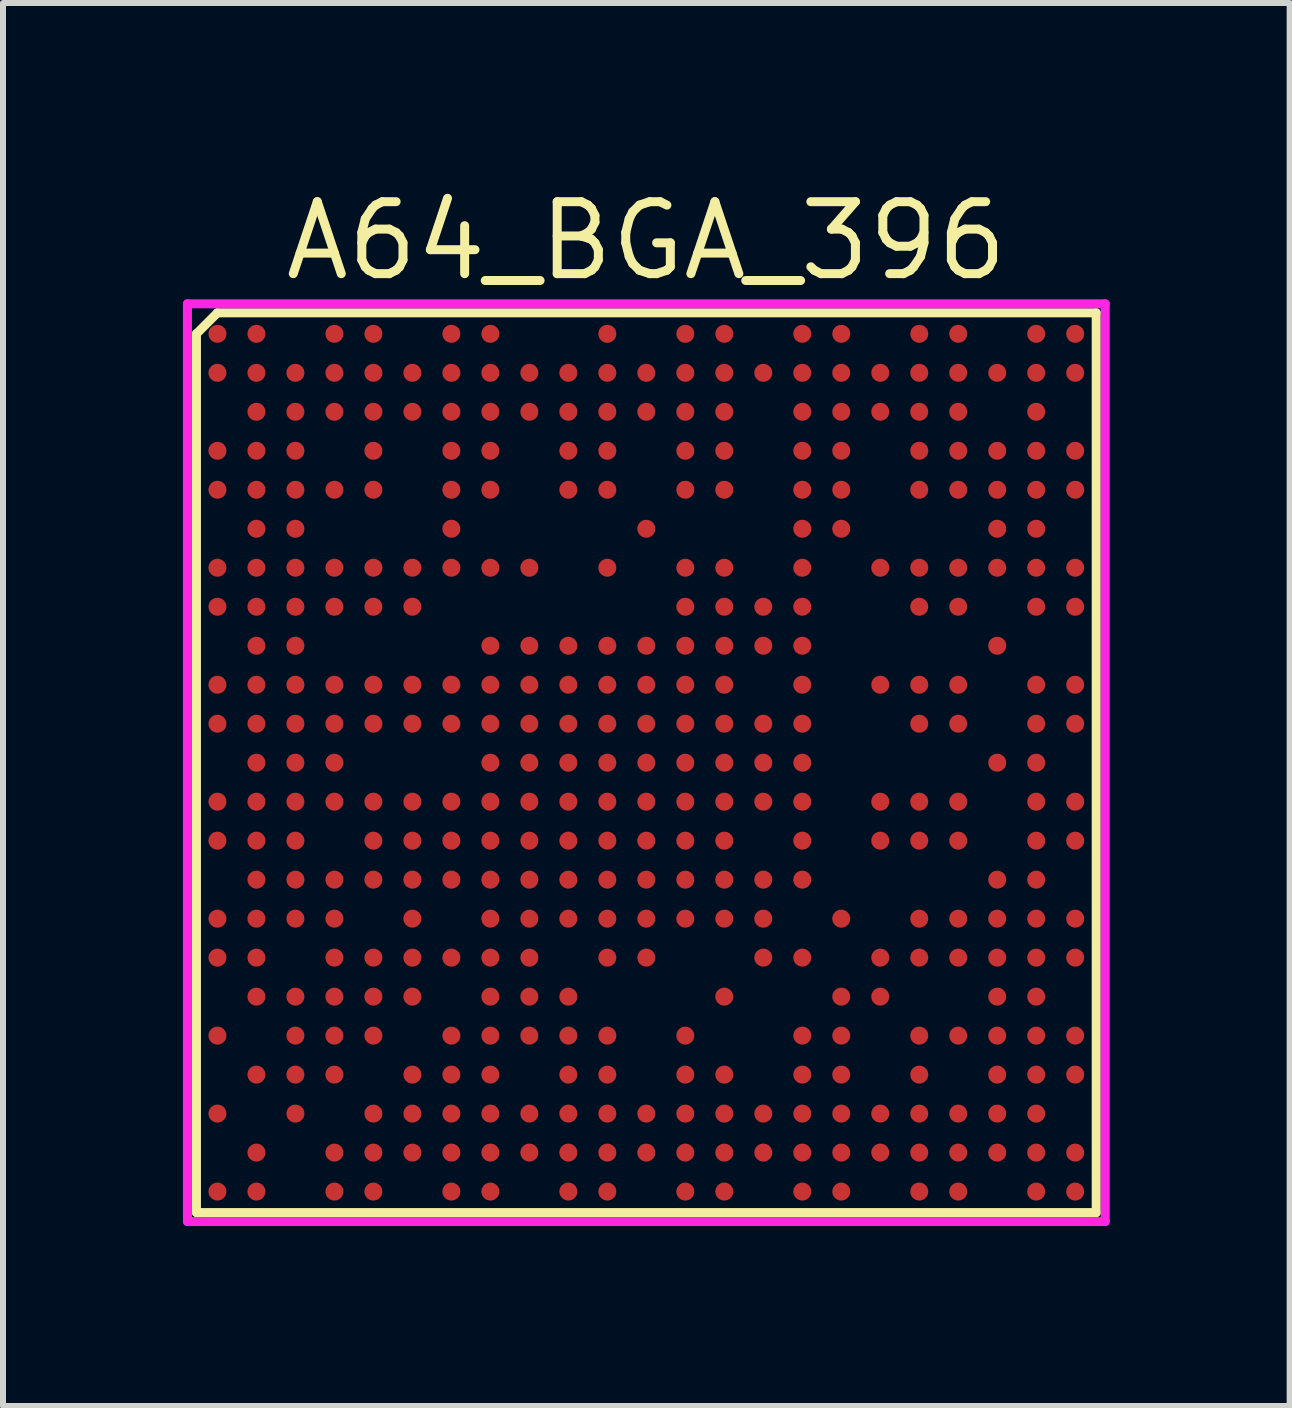
<source format=kicad_pcb>
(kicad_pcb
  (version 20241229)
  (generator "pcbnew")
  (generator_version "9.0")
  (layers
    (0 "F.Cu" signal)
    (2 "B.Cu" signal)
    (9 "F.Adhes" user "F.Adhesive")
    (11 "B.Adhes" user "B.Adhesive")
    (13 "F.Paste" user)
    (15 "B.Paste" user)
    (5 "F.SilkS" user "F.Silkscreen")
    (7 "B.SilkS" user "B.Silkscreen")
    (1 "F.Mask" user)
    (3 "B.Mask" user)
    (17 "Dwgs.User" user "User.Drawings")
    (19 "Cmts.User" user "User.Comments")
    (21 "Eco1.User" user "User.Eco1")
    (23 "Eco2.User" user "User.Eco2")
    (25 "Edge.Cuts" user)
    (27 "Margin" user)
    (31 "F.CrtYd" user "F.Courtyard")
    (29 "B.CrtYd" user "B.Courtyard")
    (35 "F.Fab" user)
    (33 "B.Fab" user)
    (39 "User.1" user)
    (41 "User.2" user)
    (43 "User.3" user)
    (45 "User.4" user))
  (footprint "A64_BGA_396"
    (layer "F.Cu")
    (at 7.725 9.665)
    (property "Reference" "A64_BGA_396" (at 0 -8.7 0) (layer "F.SilkS") (effects (font (size 1.2 1.2) (thickness 0.15))))
    (attr through_hole)
    (fp_line (start -7.5 -7.15) (end -7.5 7.5) (stroke (width 0.15) (type solid)) (layer "F.SilkS"))
    (fp_line (start -7.5 7.5) (end 7.5 7.5) (stroke (width 0.15) (type solid)) (layer "F.SilkS"))
    (fp_line (start -7.15 -7.5) (end -7.5 -7.15) (stroke (width 0.15) (type solid)) (layer "F.SilkS"))
    (fp_line (start 7.5 -7.5) (end -7.15 -7.5) (stroke (width 0.15) (type solid)) (layer "F.SilkS"))
    (fp_line (start 7.5 7.5) (end 7.5 -7.5) (stroke (width 0.15) (type solid)) (layer "F.SilkS"))
    (fp_line (start -7.65 -7.65) (end 7.65 -7.65) (stroke (width 0.15) (type solid)) (layer "F.CrtYd"))
    (fp_line (start -7.65 7.65) (end -7.65 -7.65) (stroke (width 0.15) (type solid)) (layer "F.CrtYd"))
    (fp_line (start 7.65 -7.65) (end 7.65 7.65) (stroke (width 0.15) (type solid)) (layer "F.CrtYd"))
    (fp_line (start 7.65 7.65) (end -7.65 7.65) (stroke (width 0.15) (type solid)) (layer "F.CrtYd"))
    (pad "A1" smd circle (at -7.15 -7.15) (size 0.3 0.3) (layers "F.Cu" "F.Mask" "F.Paste"))
    (pad "A2" smd circle (at -6.5 -7.15) (size 0.3 0.3) (layers "F.Cu" "F.Mask" "F.Paste"))
    (pad "A4" smd circle (at -5.2 -7.15) (size 0.3 0.3) (layers "F.Cu" "F.Mask" "F.Paste"))
    (pad "A5" smd circle (at -4.55 -7.15) (size 0.3 0.3) (layers "F.Cu" "F.Mask" "F.Paste"))
    (pad "A7" smd circle (at -3.25 -7.15) (size 0.3 0.3) (layers "F.Cu" "F.Mask" "F.Paste"))
    (pad "A8" smd circle (at -2.6 -7.15) (size 0.3 0.3) (layers "F.Cu" "F.Mask" "F.Paste"))
    (pad "A11" smd circle (at -0.65 -7.15) (size 0.3 0.3) (layers "F.Cu" "F.Mask" "F.Paste"))
    (pad "A13" smd circle (at 0.65 -7.15) (size 0.3 0.3) (layers "F.Cu" "F.Mask" "F.Paste"))
    (pad "A14" smd circle (at 1.3 -7.15) (size 0.3 0.3) (layers "F.Cu" "F.Mask" "F.Paste"))
    (pad "A16" smd circle (at 2.6 -7.15) (size 0.3 0.3) (layers "F.Cu" "F.Mask" "F.Paste"))
    (pad "A17" smd circle (at 3.25 -7.15) (size 0.3 0.3) (layers "F.Cu" "F.Mask" "F.Paste"))
    (pad "A19" smd circle (at 4.55 -7.15) (size 0.3 0.3) (layers "F.Cu" "F.Mask" "F.Paste"))
    (pad "A20" smd circle (at 5.2 -7.15) (size 0.3 0.3) (layers "F.Cu" "F.Mask" "F.Paste"))
    (pad "A22" smd circle (at 6.5 -7.15) (size 0.3 0.3) (layers "F.Cu" "F.Mask" "F.Paste"))
    (pad "A23" smd circle (at 7.15 -7.15) (size 0.3 0.3) (layers "F.Cu" "F.Mask" "F.Paste"))
    (pad "AA1" smd circle (at -7.15 5.85) (size 0.3 0.3) (layers "F.Cu" "F.Mask" "F.Paste"))
    (pad "AA3" smd circle (at -5.85 5.85) (size 0.3 0.3) (layers "F.Cu" "F.Mask" "F.Paste"))
    (pad "AA5" smd circle (at -4.55 5.85) (size 0.3 0.3) (layers "F.Cu" "F.Mask" "F.Paste"))
    (pad "AA6" smd circle (at -3.9 5.85) (size 0.3 0.3) (layers "F.Cu" "F.Mask" "F.Paste"))
    (pad "AA7" smd circle (at -3.25 5.85) (size 0.3 0.3) (layers "F.Cu" "F.Mask" "F.Paste"))
    (pad "AA8" smd circle (at -2.6 5.85) (size 0.3 0.3) (layers "F.Cu" "F.Mask" "F.Paste"))
    (pad "AA9" smd circle (at -1.95 5.85) (size 0.3 0.3) (layers "F.Cu" "F.Mask" "F.Paste"))
    (pad "AA10" smd circle (at -1.3 5.85) (size 0.3 0.3) (layers "F.Cu" "F.Mask" "F.Paste"))
    (pad "AA11" smd circle (at -0.65 5.85) (size 0.3 0.3) (layers "F.Cu" "F.Mask" "F.Paste"))
    (pad "AA12" smd circle (at 0 5.85) (size 0.3 0.3) (layers "F.Cu" "F.Mask" "F.Paste"))
    (pad "AA13" smd circle (at 0.65 5.85) (size 0.3 0.3) (layers "F.Cu" "F.Mask" "F.Paste"))
    (pad "AA14" smd circle (at 1.3 5.85) (size 0.3 0.3) (layers "F.Cu" "F.Mask" "F.Paste"))
    (pad "AA15" smd circle (at 1.95 5.85) (size 0.3 0.3) (layers "F.Cu" "F.Mask" "F.Paste"))
    (pad "AA16" smd circle (at 2.6 5.85) (size 0.3 0.3) (layers "F.Cu" "F.Mask" "F.Paste"))
    (pad "AA17" smd circle (at 3.25 5.85) (size 0.3 0.3) (layers "F.Cu" "F.Mask" "F.Paste"))
    (pad "AA18" smd circle (at 3.9 5.85) (size 0.3 0.3) (layers "F.Cu" "F.Mask" "F.Paste"))
    (pad "AA19" smd circle (at 4.55 5.85) (size 0.3 0.3) (layers "F.Cu" "F.Mask" "F.Paste"))
    (pad "AA20" smd circle (at 5.2 5.85) (size 0.3 0.3) (layers "F.Cu" "F.Mask" "F.Paste"))
    (pad "AA21" smd circle (at 5.85 5.85) (size 0.3 0.3) (layers "F.Cu" "F.Mask" "F.Paste"))
    (pad "AA22" smd circle (at 6.5 5.85) (size 0.3 0.3) (layers "F.Cu" "F.Mask" "F.Paste"))
    (pad "AB2" smd circle (at -6.5 6.5) (size 0.3 0.3) (layers "F.Cu" "F.Mask" "F.Paste"))
    (pad "AB4" smd circle (at -5.2 6.5) (size 0.3 0.3) (layers "F.Cu" "F.Mask" "F.Paste"))
    (pad "AB5" smd circle (at -4.55 6.5) (size 0.3 0.3) (layers "F.Cu" "F.Mask" "F.Paste"))
    (pad "AB6" smd circle (at -3.9 6.5) (size 0.3 0.3) (layers "F.Cu" "F.Mask" "F.Paste"))
    (pad "AB7" smd circle (at -3.25 6.5) (size 0.3 0.3) (layers "F.Cu" "F.Mask" "F.Paste"))
    (pad "AB8" smd circle (at -2.6 6.5) (size 0.3 0.3) (layers "F.Cu" "F.Mask" "F.Paste"))
    (pad "AB9" smd circle (at -1.95 6.5) (size 0.3 0.3) (layers "F.Cu" "F.Mask" "F.Paste"))
    (pad "AB10" smd circle (at -1.3 6.5) (size 0.3 0.3) (layers "F.Cu" "F.Mask" "F.Paste"))
    (pad "AB11" smd circle (at -0.65 6.5) (size 0.3 0.3) (layers "F.Cu" "F.Mask" "F.Paste"))
    (pad "AB12" smd circle (at 0 6.5) (size 0.3 0.3) (layers "F.Cu" "F.Mask" "F.Paste"))
    (pad "AB13" smd circle (at 0.65 6.5) (size 0.3 0.3) (layers "F.Cu" "F.Mask" "F.Paste"))
    (pad "AB14" smd circle (at 1.3 6.5) (size 0.3 0.3) (layers "F.Cu" "F.Mask" "F.Paste"))
    (pad "AB15" smd circle (at 1.95 6.5) (size 0.3 0.3) (layers "F.Cu" "F.Mask" "F.Paste"))
    (pad "AB16" smd circle (at 2.6 6.5) (size 0.3 0.3) (layers "F.Cu" "F.Mask" "F.Paste"))
    (pad "AB17" smd circle (at 3.25 6.5) (size 0.3 0.3) (layers "F.Cu" "F.Mask" "F.Paste"))
    (pad "AB18" smd circle (at 3.9 6.5) (size 0.3 0.3) (layers "F.Cu" "F.Mask" "F.Paste"))
    (pad "AB19" smd circle (at 4.55 6.5) (size 0.3 0.3) (layers "F.Cu" "F.Mask" "F.Paste"))
    (pad "AB20" smd circle (at 5.2 6.5) (size 0.3 0.3) (layers "F.Cu" "F.Mask" "F.Paste"))
    (pad "AB21" smd circle (at 5.85 6.5) (size 0.3 0.3) (layers "F.Cu" "F.Mask" "F.Paste"))
    (pad "AB22" smd circle (at 6.5 6.5) (size 0.3 0.3) (layers "F.Cu" "F.Mask" "F.Paste"))
    (pad "AB23" smd circle (at 7.15 6.5) (size 0.3 0.3) (layers "F.Cu" "F.Mask" "F.Paste"))
    (pad "AC1" smd circle (at -7.15 7.15) (size 0.3 0.3) (layers "F.Cu" "F.Mask" "F.Paste"))
    (pad "AC2" smd circle (at -6.5 7.15) (size 0.3 0.3) (layers "F.Cu" "F.Mask" "F.Paste"))
    (pad "AC4" smd circle (at -5.2 7.15) (size 0.3 0.3) (layers "F.Cu" "F.Mask" "F.Paste"))
    (pad "AC5" smd circle (at -4.55 7.15) (size 0.3 0.3) (layers "F.Cu" "F.Mask" "F.Paste"))
    (pad "AC7" smd circle (at -3.25 7.15) (size 0.3 0.3) (layers "F.Cu" "F.Mask" "F.Paste"))
    (pad "AC8" smd circle (at -2.6 7.15) (size 0.3 0.3) (layers "F.Cu" "F.Mask" "F.Paste"))
    (pad "AC10" smd circle (at -1.3 7.15) (size 0.3 0.3) (layers "F.Cu" "F.Mask" "F.Paste"))
    (pad "AC11" smd circle (at -0.65 7.15) (size 0.3 0.3) (layers "F.Cu" "F.Mask" "F.Paste"))
    (pad "AC13" smd circle (at 0.65 7.15) (size 0.3 0.3) (layers "F.Cu" "F.Mask" "F.Paste"))
    (pad "AC14" smd circle (at 1.3 7.15) (size 0.3 0.3) (layers "F.Cu" "F.Mask" "F.Paste"))
    (pad "AC16" smd circle (at 2.6 7.15) (size 0.3 0.3) (layers "F.Cu" "F.Mask" "F.Paste"))
    (pad "AC17" smd circle (at 3.25 7.15) (size 0.3 0.3) (layers "F.Cu" "F.Mask" "F.Paste"))
    (pad "AC19" smd circle (at 4.55 7.15) (size 0.3 0.3) (layers "F.Cu" "F.Mask" "F.Paste"))
    (pad "AC20" smd circle (at 5.2 7.15) (size 0.3 0.3) (layers "F.Cu" "F.Mask" "F.Paste"))
    (pad "AC22" smd circle (at 6.5 7.15) (size 0.3 0.3) (layers "F.Cu" "F.Mask" "F.Paste"))
    (pad "AC23" smd circle (at 7.15 7.15) (size 0.3 0.3) (layers "F.Cu" "F.Mask" "F.Paste"))
    (pad "B1" smd circle (at -7.15 -6.5) (size 0.3 0.3) (layers "F.Cu" "F.Mask" "F.Paste"))
    (pad "B2" smd circle (at -6.5 -6.5) (size 0.3 0.3) (layers "F.Cu" "F.Mask" "F.Paste"))
    (pad "B3" smd circle (at -5.85 -6.5) (size 0.3 0.3) (layers "F.Cu" "F.Mask" "F.Paste"))
    (pad "B4" smd circle (at -5.2 -6.5) (size 0.3 0.3) (layers "F.Cu" "F.Mask" "F.Paste"))
    (pad "B5" smd circle (at -4.55 -6.5) (size 0.3 0.3) (layers "F.Cu" "F.Mask" "F.Paste"))
    (pad "B6" smd circle (at -3.9 -6.5) (size 0.3 0.3) (layers "F.Cu" "F.Mask" "F.Paste"))
    (pad "B7" smd circle (at -3.25 -6.5) (size 0.3 0.3) (layers "F.Cu" "F.Mask" "F.Paste"))
    (pad "B8" smd circle (at -2.6 -6.5) (size 0.3 0.3) (layers "F.Cu" "F.Mask" "F.Paste"))
    (pad "B9" smd circle (at -1.95 -6.5) (size 0.3 0.3) (layers "F.Cu" "F.Mask" "F.Paste"))
    (pad "B10" smd circle (at -1.3 -6.5) (size 0.3 0.3) (layers "F.Cu" "F.Mask" "F.Paste"))
    (pad "B11" smd circle (at -0.65 -6.5) (size 0.3 0.3) (layers "F.Cu" "F.Mask" "F.Paste"))
    (pad "B12" smd circle (at 0 -6.5) (size 0.3 0.3) (layers "F.Cu" "F.Mask" "F.Paste"))
    (pad "B13" smd circle (at 0.65 -6.5) (size 0.3 0.3) (layers "F.Cu" "F.Mask" "F.Paste"))
    (pad "B14" smd circle (at 1.3 -6.5) (size 0.3 0.3) (layers "F.Cu" "F.Mask" "F.Paste"))
    (pad "B15" smd circle (at 1.95 -6.5) (size 0.3 0.3) (layers "F.Cu" "F.Mask" "F.Paste"))
    (pad "B16" smd circle (at 2.6 -6.5) (size 0.3 0.3) (layers "F.Cu" "F.Mask" "F.Paste"))
    (pad "B17" smd circle (at 3.25 -6.5) (size 0.3 0.3) (layers "F.Cu" "F.Mask" "F.Paste"))
    (pad "B18" smd circle (at 3.9 -6.5) (size 0.3 0.3) (layers "F.Cu" "F.Mask" "F.Paste"))
    (pad "B19" smd circle (at 4.55 -6.5) (size 0.3 0.3) (layers "F.Cu" "F.Mask" "F.Paste"))
    (pad "B20" smd circle (at 5.2 -6.5) (size 0.3 0.3) (layers "F.Cu" "F.Mask" "F.Paste"))
    (pad "B21" smd circle (at 5.85 -6.5) (size 0.3 0.3) (layers "F.Cu" "F.Mask" "F.Paste"))
    (pad "B22" smd circle (at 6.5 -6.5) (size 0.3 0.3) (layers "F.Cu" "F.Mask" "F.Paste"))
    (pad "B23" smd circle (at 7.15 -6.5) (size 0.3 0.3) (layers "F.Cu" "F.Mask" "F.Paste"))
    (pad "C2" smd circle (at -6.5 -5.85) (size 0.3 0.3) (layers "F.Cu" "F.Mask" "F.Paste"))
    (pad "C3" smd circle (at -5.85 -5.85) (size 0.3 0.3) (layers "F.Cu" "F.Mask" "F.Paste"))
    (pad "C4" smd circle (at -5.2 -5.85) (size 0.3 0.3) (layers "F.Cu" "F.Mask" "F.Paste"))
    (pad "C5" smd circle (at -4.55 -5.85) (size 0.3 0.3) (layers "F.Cu" "F.Mask" "F.Paste"))
    (pad "C6" smd circle (at -3.9 -5.85) (size 0.3 0.3) (layers "F.Cu" "F.Mask" "F.Paste"))
    (pad "C7" smd circle (at -3.25 -5.85) (size 0.3 0.3) (layers "F.Cu" "F.Mask" "F.Paste"))
    (pad "C8" smd circle (at -2.6 -5.85) (size 0.3 0.3) (layers "F.Cu" "F.Mask" "F.Paste"))
    (pad "C9" smd circle (at -1.95 -5.85) (size 0.3 0.3) (layers "F.Cu" "F.Mask" "F.Paste"))
    (pad "C10" smd circle (at -1.3 -5.85) (size 0.3 0.3) (layers "F.Cu" "F.Mask" "F.Paste"))
    (pad "C11" smd circle (at -0.65 -5.85) (size 0.3 0.3) (layers "F.Cu" "F.Mask" "F.Paste"))
    (pad "C12" smd circle (at 0 -5.85) (size 0.3 0.3) (layers "F.Cu" "F.Mask" "F.Paste"))
    (pad "C13" smd circle (at 0.65 -5.85) (size 0.3 0.3) (layers "F.Cu" "F.Mask" "F.Paste"))
    (pad "C14" smd circle (at 1.3 -5.85) (size 0.3 0.3) (layers "F.Cu" "F.Mask" "F.Paste"))
    (pad "C16" smd circle (at 2.6 -5.85) (size 0.3 0.3) (layers "F.Cu" "F.Mask" "F.Paste"))
    (pad "C17" smd circle (at 3.25 -5.85) (size 0.3 0.3) (layers "F.Cu" "F.Mask" "F.Paste"))
    (pad "C18" smd circle (at 3.9 -5.85) (size 0.3 0.3) (layers "F.Cu" "F.Mask" "F.Paste"))
    (pad "C19" smd circle (at 4.55 -5.85) (size 0.3 0.3) (layers "F.Cu" "F.Mask" "F.Paste"))
    (pad "C20" smd circle (at 5.2 -5.85) (size 0.3 0.3) (layers "F.Cu" "F.Mask" "F.Paste"))
    (pad "C22" smd circle (at 6.5 -5.85) (size 0.3 0.3) (layers "F.Cu" "F.Mask" "F.Paste"))
    (pad "D1" smd circle (at -7.15 -5.2) (size 0.3 0.3) (layers "F.Cu" "F.Mask" "F.Paste"))
    (pad "D2" smd circle (at -6.5 -5.2) (size 0.3 0.3) (layers "F.Cu" "F.Mask" "F.Paste"))
    (pad "D3" smd circle (at -5.85 -5.2) (size 0.3 0.3) (layers "F.Cu" "F.Mask" "F.Paste"))
    (pad "D5" smd circle (at -4.55 -5.2) (size 0.3 0.3) (layers "F.Cu" "F.Mask" "F.Paste"))
    (pad "D7" smd circle (at -3.25 -5.2) (size 0.3 0.3) (layers "F.Cu" "F.Mask" "F.Paste"))
    (pad "D8" smd circle (at -2.6 -5.2) (size 0.3 0.3) (layers "F.Cu" "F.Mask" "F.Paste"))
    (pad "D10" smd circle (at -1.3 -5.2) (size 0.3 0.3) (layers "F.Cu" "F.Mask" "F.Paste"))
    (pad "D11" smd circle (at -0.65 -5.2) (size 0.3 0.3) (layers "F.Cu" "F.Mask" "F.Paste"))
    (pad "D13" smd circle (at 0.65 -5.2) (size 0.3 0.3) (layers "F.Cu" "F.Mask" "F.Paste"))
    (pad "D14" smd circle (at 1.3 -5.2) (size 0.3 0.3) (layers "F.Cu" "F.Mask" "F.Paste"))
    (pad "D16" smd circle (at 2.6 -5.2) (size 0.3 0.3) (layers "F.Cu" "F.Mask" "F.Paste"))
    (pad "D17" smd circle (at 3.25 -5.2) (size 0.3 0.3) (layers "F.Cu" "F.Mask" "F.Paste"))
    (pad "D19" smd circle (at 4.55 -5.2) (size 0.3 0.3) (layers "F.Cu" "F.Mask" "F.Paste"))
    (pad "D20" smd circle (at 5.2 -5.2) (size 0.3 0.3) (layers "F.Cu" "F.Mask" "F.Paste"))
    (pad "D21" smd circle (at 5.85 -5.2) (size 0.3 0.3) (layers "F.Cu" "F.Mask" "F.Paste"))
    (pad "D22" smd circle (at 6.5 -5.2) (size 0.3 0.3) (layers "F.Cu" "F.Mask" "F.Paste"))
    (pad "D23" smd circle (at 7.15 -5.2) (size 0.3 0.3) (layers "F.Cu" "F.Mask" "F.Paste"))
    (pad "E1" smd circle (at -7.15 -4.55) (size 0.3 0.3) (layers "F.Cu" "F.Mask" "F.Paste"))
    (pad "E2" smd circle (at -6.5 -4.55) (size 0.3 0.3) (layers "F.Cu" "F.Mask" "F.Paste"))
    (pad "E3" smd circle (at -5.85 -4.55) (size 0.3 0.3) (layers "F.Cu" "F.Mask" "F.Paste"))
    (pad "E4" smd circle (at -5.2 -4.55) (size 0.3 0.3) (layers "F.Cu" "F.Mask" "F.Paste"))
    (pad "E5" smd circle (at -4.55 -4.55) (size 0.3 0.3) (layers "F.Cu" "F.Mask" "F.Paste"))
    (pad "E7" smd circle (at -3.25 -4.55) (size 0.3 0.3) (layers "F.Cu" "F.Mask" "F.Paste"))
    (pad "E8" smd circle (at -2.6 -4.55) (size 0.3 0.3) (layers "F.Cu" "F.Mask" "F.Paste"))
    (pad "E10" smd circle (at -1.3 -4.55) (size 0.3 0.3) (layers "F.Cu" "F.Mask" "F.Paste"))
    (pad "E11" smd circle (at -0.65 -4.55) (size 0.3 0.3) (layers "F.Cu" "F.Mask" "F.Paste"))
    (pad "E13" smd circle (at 0.65 -4.55) (size 0.3 0.3) (layers "F.Cu" "F.Mask" "F.Paste"))
    (pad "E14" smd circle (at 1.3 -4.55) (size 0.3 0.3) (layers "F.Cu" "F.Mask" "F.Paste"))
    (pad "E16" smd circle (at 2.6 -4.55) (size 0.3 0.3) (layers "F.Cu" "F.Mask" "F.Paste"))
    (pad "E17" smd circle (at 3.25 -4.55) (size 0.3 0.3) (layers "F.Cu" "F.Mask" "F.Paste"))
    (pad "E19" smd circle (at 4.55 -4.55) (size 0.3 0.3) (layers "F.Cu" "F.Mask" "F.Paste"))
    (pad "E20" smd circle (at 5.2 -4.55) (size 0.3 0.3) (layers "F.Cu" "F.Mask" "F.Paste"))
    (pad "E21" smd circle (at 5.85 -4.55) (size 0.3 0.3) (layers "F.Cu" "F.Mask" "F.Paste"))
    (pad "E22" smd circle (at 6.5 -4.55) (size 0.3 0.3) (layers "F.Cu" "F.Mask" "F.Paste"))
    (pad "E23" smd circle (at 7.15 -4.55) (size 0.3 0.3) (layers "F.Cu" "F.Mask" "F.Paste"))
    (pad "F2" smd circle (at -6.5 -3.9) (size 0.3 0.3) (layers "F.Cu" "F.Mask" "F.Paste"))
    (pad "F3" smd circle (at -5.85 -3.9) (size 0.3 0.3) (layers "F.Cu" "F.Mask" "F.Paste"))
    (pad "F7" smd circle (at -3.25 -3.9) (size 0.3 0.3) (layers "F.Cu" "F.Mask" "F.Paste"))
    (pad "F12" smd circle (at 0 -3.9) (size 0.3 0.3) (layers "F.Cu" "F.Mask" "F.Paste"))
    (pad "F16" smd circle (at 2.6 -3.9) (size 0.3 0.3) (layers "F.Cu" "F.Mask" "F.Paste"))
    (pad "F17" smd circle (at 3.25 -3.9) (size 0.3 0.3) (layers "F.Cu" "F.Mask" "F.Paste"))
    (pad "F21" smd circle (at 5.85 -3.9) (size 0.3 0.3) (layers "F.Cu" "F.Mask" "F.Paste"))
    (pad "F22" smd circle (at 6.5 -3.9) (size 0.3 0.3) (layers "F.Cu" "F.Mask" "F.Paste"))
    (pad "G1" smd circle (at -7.15 -3.25) (size 0.3 0.3) (layers "F.Cu" "F.Mask" "F.Paste"))
    (pad "G2" smd circle (at -6.5 -3.25) (size 0.3 0.3) (layers "F.Cu" "F.Mask" "F.Paste"))
    (pad "G3" smd circle (at -5.85 -3.25) (size 0.3 0.3) (layers "F.Cu" "F.Mask" "F.Paste"))
    (pad "G4" smd circle (at -5.2 -3.25) (size 0.3 0.3) (layers "F.Cu" "F.Mask" "F.Paste"))
    (pad "G5" smd circle (at -4.55 -3.25) (size 0.3 0.3) (layers "F.Cu" "F.Mask" "F.Paste"))
    (pad "G6" smd circle (at -3.9 -3.25) (size 0.3 0.3) (layers "F.Cu" "F.Mask" "F.Paste"))
    (pad "G7" smd circle (at -3.25 -3.25) (size 0.3 0.3) (layers "F.Cu" "F.Mask" "F.Paste"))
    (pad "G8" smd circle (at -2.6 -3.25) (size 0.3 0.3) (layers "F.Cu" "F.Mask" "F.Paste"))
    (pad "G9" smd circle (at -1.95 -3.25) (size 0.3 0.3) (layers "F.Cu" "F.Mask" "F.Paste"))
    (pad "G11" smd circle (at -0.65 -3.25) (size 0.3 0.3) (layers "F.Cu" "F.Mask" "F.Paste"))
    (pad "G13" smd circle (at 0.65 -3.25) (size 0.3 0.3) (layers "F.Cu" "F.Mask" "F.Paste"))
    (pad "G14" smd circle (at 1.3 -3.25) (size 0.3 0.3) (layers "F.Cu" "F.Mask" "F.Paste"))
    (pad "G16" smd circle (at 2.6 -3.25) (size 0.3 0.3) (layers "F.Cu" "F.Mask" "F.Paste"))
    (pad "G18" smd circle (at 3.9 -3.25) (size 0.3 0.3) (layers "F.Cu" "F.Mask" "F.Paste"))
    (pad "G19" smd circle (at 4.55 -3.25) (size 0.3 0.3) (layers "F.Cu" "F.Mask" "F.Paste"))
    (pad "G20" smd circle (at 5.2 -3.25) (size 0.3 0.3) (layers "F.Cu" "F.Mask" "F.Paste"))
    (pad "G21" smd circle (at 5.85 -3.25) (size 0.3 0.3) (layers "F.Cu" "F.Mask" "F.Paste"))
    (pad "G22" smd circle (at 6.5 -3.25) (size 0.3 0.3) (layers "F.Cu" "F.Mask" "F.Paste"))
    (pad "G23" smd circle (at 7.15 -3.25) (size 0.3 0.3) (layers "F.Cu" "F.Mask" "F.Paste"))
    (pad "H1" smd circle (at -7.15 -2.6) (size 0.3 0.3) (layers "F.Cu" "F.Mask" "F.Paste"))
    (pad "H2" smd circle (at -6.5 -2.6) (size 0.3 0.3) (layers "F.Cu" "F.Mask" "F.Paste"))
    (pad "H3" smd circle (at -5.85 -2.6) (size 0.3 0.3) (layers "F.Cu" "F.Mask" "F.Paste"))
    (pad "H4" smd circle (at -5.2 -2.6) (size 0.3 0.3) (layers "F.Cu" "F.Mask" "F.Paste"))
    (pad "H5" smd circle (at -4.55 -2.6) (size 0.3 0.3) (layers "F.Cu" "F.Mask" "F.Paste"))
    (pad "H6" smd circle (at -3.9 -2.6) (size 0.3 0.3) (layers "F.Cu" "F.Mask" "F.Paste"))
    (pad "H13" smd circle (at 0.65 -2.6) (size 0.3 0.3) (layers "F.Cu" "F.Mask" "F.Paste"))
    (pad "H14" smd circle (at 1.3 -2.6) (size 0.3 0.3) (layers "F.Cu" "F.Mask" "F.Paste"))
    (pad "H15" smd circle (at 1.95 -2.6) (size 0.3 0.3) (layers "F.Cu" "F.Mask" "F.Paste"))
    (pad "H16" smd circle (at 2.6 -2.6) (size 0.3 0.3) (layers "F.Cu" "F.Mask" "F.Paste"))
    (pad "H19" smd circle (at 4.55 -2.6) (size 0.3 0.3) (layers "F.Cu" "F.Mask" "F.Paste"))
    (pad "H20" smd circle (at 5.2 -2.6) (size 0.3 0.3) (layers "F.Cu" "F.Mask" "F.Paste"))
    (pad "H22" smd circle (at 6.5 -2.6) (size 0.3 0.3) (layers "F.Cu" "F.Mask" "F.Paste"))
    (pad "H23" smd circle (at 7.15 -2.6) (size 0.3 0.3) (layers "F.Cu" "F.Mask" "F.Paste"))
    (pad "J2" smd circle (at -6.5 -1.95) (size 0.3 0.3) (layers "F.Cu" "F.Mask" "F.Paste"))
    (pad "J3" smd circle (at -5.85 -1.95) (size 0.3 0.3) (layers "F.Cu" "F.Mask" "F.Paste"))
    (pad "J8" smd circle (at -2.6 -1.95) (size 0.3 0.3) (layers "F.Cu" "F.Mask" "F.Paste"))
    (pad "J9" smd circle (at -1.95 -1.95) (size 0.3 0.3) (layers "F.Cu" "F.Mask" "F.Paste"))
    (pad "J10" smd circle (at -1.3 -1.95) (size 0.3 0.3) (layers "F.Cu" "F.Mask" "F.Paste"))
    (pad "J11" smd circle (at -0.65 -1.95) (size 0.3 0.3) (layers "F.Cu" "F.Mask" "F.Paste"))
    (pad "J12" smd circle (at 0 -1.95) (size 0.3 0.3) (layers "F.Cu" "F.Mask" "F.Paste"))
    (pad "J13" smd circle (at 0.65 -1.95) (size 0.3 0.3) (layers "F.Cu" "F.Mask" "F.Paste"))
    (pad "J14" smd circle (at 1.3 -1.95) (size 0.3 0.3) (layers "F.Cu" "F.Mask" "F.Paste"))
    (pad "J15" smd circle (at 1.95 -1.95) (size 0.3 0.3) (layers "F.Cu" "F.Mask" "F.Paste"))
    (pad "J16" smd circle (at 2.6 -1.95) (size 0.3 0.3) (layers "F.Cu" "F.Mask" "F.Paste"))
    (pad "J21" smd circle (at 5.85 -1.95) (size 0.3 0.3) (layers "F.Cu" "F.Mask" "F.Paste"))
    (pad "K1" smd circle (at -7.15 -1.3) (size 0.3 0.3) (layers "F.Cu" "F.Mask" "F.Paste"))
    (pad "K2" smd circle (at -6.5 -1.3) (size 0.3 0.3) (layers "F.Cu" "F.Mask" "F.Paste"))
    (pad "K3" smd circle (at -5.85 -1.3) (size 0.3 0.3) (layers "F.Cu" "F.Mask" "F.Paste"))
    (pad "K4" smd circle (at -5.2 -1.3) (size 0.3 0.3) (layers "F.Cu" "F.Mask" "F.Paste"))
    (pad "K5" smd circle (at -4.55 -1.3) (size 0.3 0.3) (layers "F.Cu" "F.Mask" "F.Paste"))
    (pad "K6" smd circle (at -3.9 -1.3) (size 0.3 0.3) (layers "F.Cu" "F.Mask" "F.Paste"))
    (pad "K7" smd circle (at -3.25 -1.3) (size 0.3 0.3) (layers "F.Cu" "F.Mask" "F.Paste"))
    (pad "K8" smd circle (at -2.6 -1.3) (size 0.3 0.3) (layers "F.Cu" "F.Mask" "F.Paste"))
    (pad "K9" smd circle (at -1.95 -1.3) (size 0.3 0.3) (layers "F.Cu" "F.Mask" "F.Paste"))
    (pad "K10" smd circle (at -1.3 -1.3) (size 0.3 0.3) (layers "F.Cu" "F.Mask" "F.Paste"))
    (pad "K11" smd circle (at -0.65 -1.3) (size 0.3 0.3) (layers "F.Cu" "F.Mask" "F.Paste"))
    (pad "K12" smd circle (at 0 -1.3) (size 0.3 0.3) (layers "F.Cu" "F.Mask" "F.Paste"))
    (pad "K13" smd circle (at 0.65 -1.3) (size 0.3 0.3) (layers "F.Cu" "F.Mask" "F.Paste"))
    (pad "K14" smd circle (at 1.3 -1.3) (size 0.3 0.3) (layers "F.Cu" "F.Mask" "F.Paste"))
    (pad "K16" smd circle (at 2.6 -1.3) (size 0.3 0.3) (layers "F.Cu" "F.Mask" "F.Paste"))
    (pad "K18" smd circle (at 3.9 -1.3) (size 0.3 0.3) (layers "F.Cu" "F.Mask" "F.Paste"))
    (pad "K19" smd circle (at 4.55 -1.3) (size 0.3 0.3) (layers "F.Cu" "F.Mask" "F.Paste"))
    (pad "K20" smd circle (at 5.2 -1.3) (size 0.3 0.3) (layers "F.Cu" "F.Mask" "F.Paste"))
    (pad "K22" smd circle (at 6.5 -1.3) (size 0.3 0.3) (layers "F.Cu" "F.Mask" "F.Paste"))
    (pad "K23" smd circle (at 7.15 -1.3) (size 0.3 0.3) (layers "F.Cu" "F.Mask" "F.Paste"))
    (pad "L1" smd circle (at -7.15 -0.65) (size 0.3 0.3) (layers "F.Cu" "F.Mask" "F.Paste"))
    (pad "L2" smd circle (at -6.5 -0.65) (size 0.3 0.3) (layers "F.Cu" "F.Mask" "F.Paste"))
    (pad "L3" smd circle (at -5.85 -0.65) (size 0.3 0.3) (layers "F.Cu" "F.Mask" "F.Paste"))
    (pad "L4" smd circle (at -5.2 -0.65) (size 0.3 0.3) (layers "F.Cu" "F.Mask" "F.Paste"))
    (pad "L5" smd circle (at -4.55 -0.65) (size 0.3 0.3) (layers "F.Cu" "F.Mask" "F.Paste"))
    (pad "L6" smd circle (at -3.9 -0.65) (size 0.3 0.3) (layers "F.Cu" "F.Mask" "F.Paste"))
    (pad "L7" smd circle (at -3.25 -0.65) (size 0.3 0.3) (layers "F.Cu" "F.Mask" "F.Paste"))
    (pad "L8" smd circle (at -2.6 -0.65) (size 0.3 0.3) (layers "F.Cu" "F.Mask" "F.Paste"))
    (pad "L9" smd circle (at -1.95 -0.65) (size 0.3 0.3) (layers "F.Cu" "F.Mask" "F.Paste"))
    (pad "L10" smd circle (at -1.3 -0.65) (size 0.3 0.3) (layers "F.Cu" "F.Mask" "F.Paste"))
    (pad "L11" smd circle (at -0.65 -0.65) (size 0.3 0.3) (layers "F.Cu" "F.Mask" "F.Paste"))
    (pad "L12" smd circle (at 0 -0.65) (size 0.3 0.3) (layers "F.Cu" "F.Mask" "F.Paste"))
    (pad "L13" smd circle (at 0.65 -0.65) (size 0.3 0.3) (layers "F.Cu" "F.Mask" "F.Paste"))
    (pad "L14" smd circle (at 1.3 -0.65) (size 0.3 0.3) (layers "F.Cu" "F.Mask" "F.Paste"))
    (pad "L15" smd circle (at 1.95 -0.65) (size 0.3 0.3) (layers "F.Cu" "F.Mask" "F.Paste"))
    (pad "L16" smd circle (at 2.6 -0.65) (size 0.3 0.3) (layers "F.Cu" "F.Mask" "F.Paste"))
    (pad "L19" smd circle (at 4.55 -0.65) (size 0.3 0.3) (layers "F.Cu" "F.Mask" "F.Paste"))
    (pad "L20" smd circle (at 5.2 -0.65) (size 0.3 0.3) (layers "F.Cu" "F.Mask" "F.Paste"))
    (pad "L22" smd circle (at 6.5 -0.65) (size 0.3 0.3) (layers "F.Cu" "F.Mask" "F.Paste"))
    (pad "L23" smd circle (at 7.15 -0.65) (size 0.3 0.3) (layers "F.Cu" "F.Mask" "F.Paste"))
    (pad "M2" smd circle (at -6.5 0) (size 0.3 0.3) (layers "F.Cu" "F.Mask" "F.Paste"))
    (pad "M3" smd circle (at -5.85 0) (size 0.3 0.3) (layers "F.Cu" "F.Mask" "F.Paste"))
    (pad "M4" smd circle (at -5.2 0) (size 0.3 0.3) (layers "F.Cu" "F.Mask" "F.Paste"))
    (pad "M8" smd circle (at -2.6 0) (size 0.3 0.3) (layers "F.Cu" "F.Mask" "F.Paste"))
    (pad "M9" smd circle (at -1.95 0) (size 0.3 0.3) (layers "F.Cu" "F.Mask" "F.Paste"))
    (pad "M10" smd circle (at -1.3 0) (size 0.3 0.3) (layers "F.Cu" "F.Mask" "F.Paste"))
    (pad "M11" smd circle (at -0.65 0) (size 0.3 0.3) (layers "F.Cu" "F.Mask" "F.Paste"))
    (pad "M12" smd circle (at 0 0) (size 0.3 0.3) (layers "F.Cu" "F.Mask" "F.Paste"))
    (pad "M13" smd circle (at 0.65 0) (size 0.3 0.3) (layers "F.Cu" "F.Mask" "F.Paste"))
    (pad "M14" smd circle (at 1.3 0) (size 0.3 0.3) (layers "F.Cu" "F.Mask" "F.Paste"))
    (pad "M15" smd circle (at 1.95 0) (size 0.3 0.3) (layers "F.Cu" "F.Mask" "F.Paste"))
    (pad "M16" smd circle (at 2.6 0) (size 0.3 0.3) (layers "F.Cu" "F.Mask" "F.Paste"))
    (pad "M21" smd circle (at 5.85 0) (size 0.3 0.3) (layers "F.Cu" "F.Mask" "F.Paste"))
    (pad "M22" smd circle (at 6.5 0) (size 0.3 0.3) (layers "F.Cu" "F.Mask" "F.Paste"))
    (pad "N1" smd circle (at -7.15 0.65) (size 0.3 0.3) (layers "F.Cu" "F.Mask" "F.Paste"))
    (pad "N2" smd circle (at -6.5 0.65) (size 0.3 0.3) (layers "F.Cu" "F.Mask" "F.Paste"))
    (pad "N3" smd circle (at -5.85 0.65) (size 0.3 0.3) (layers "F.Cu" "F.Mask" "F.Paste"))
    (pad "N4" smd circle (at -5.2 0.65) (size 0.3 0.3) (layers "F.Cu" "F.Mask" "F.Paste"))
    (pad "N5" smd circle (at -4.55 0.65) (size 0.3 0.3) (layers "F.Cu" "F.Mask" "F.Paste"))
    (pad "N6" smd circle (at -3.9 0.65) (size 0.3 0.3) (layers "F.Cu" "F.Mask" "F.Paste"))
    (pad "N7" smd circle (at -3.25 0.65) (size 0.3 0.3) (layers "F.Cu" "F.Mask" "F.Paste"))
    (pad "N8" smd circle (at -2.6 0.65) (size 0.3 0.3) (layers "F.Cu" "F.Mask" "F.Paste"))
    (pad "N9" smd circle (at -1.95 0.65) (size 0.3 0.3) (layers "F.Cu" "F.Mask" "F.Paste"))
    (pad "N10" smd circle (at -1.3 0.65) (size 0.3 0.3) (layers "F.Cu" "F.Mask" "F.Paste"))
    (pad "N11" smd circle (at -0.65 0.65) (size 0.3 0.3) (layers "F.Cu" "F.Mask" "F.Paste"))
    (pad "N12" smd circle (at 0 0.65) (size 0.3 0.3) (layers "F.Cu" "F.Mask" "F.Paste"))
    (pad "N13" smd circle (at 0.65 0.65) (size 0.3 0.3) (layers "F.Cu" "F.Mask" "F.Paste"))
    (pad "N14" smd circle (at 1.3 0.65) (size 0.3 0.3) (layers "F.Cu" "F.Mask" "F.Paste"))
    (pad "N15" smd circle (at 1.95 0.65) (size 0.3 0.3) (layers "F.Cu" "F.Mask" "F.Paste"))
    (pad "N16" smd circle (at 2.6 0.65) (size 0.3 0.3) (layers "F.Cu" "F.Mask" "F.Paste"))
    (pad "N18" smd circle (at 3.9 0.65) (size 0.3 0.3) (layers "F.Cu" "F.Mask" "F.Paste"))
    (pad "N19" smd circle (at 4.55 0.65) (size 0.3 0.3) (layers "F.Cu" "F.Mask" "F.Paste"))
    (pad "N20" smd circle (at 5.2 0.65) (size 0.3 0.3) (layers "F.Cu" "F.Mask" "F.Paste"))
    (pad "N22" smd circle (at 6.5 0.65) (size 0.3 0.3) (layers "F.Cu" "F.Mask" "F.Paste"))
    (pad "N23" smd circle (at 7.15 0.65) (size 0.3 0.3) (layers "F.Cu" "F.Mask" "F.Paste"))
    (pad "P1" smd circle (at -7.15 1.3) (size 0.3 0.3) (layers "F.Cu" "F.Mask" "F.Paste"))
    (pad "P2" smd circle (at -6.5 1.3) (size 0.3 0.3) (layers "F.Cu" "F.Mask" "F.Paste"))
    (pad "P3" smd circle (at -5.85 1.3) (size 0.3 0.3) (layers "F.Cu" "F.Mask" "F.Paste"))
    (pad "P5" smd circle (at -4.55 1.3) (size 0.3 0.3) (layers "F.Cu" "F.Mask" "F.Paste"))
    (pad "P6" smd circle (at -3.9 1.3) (size 0.3 0.3) (layers "F.Cu" "F.Mask" "F.Paste"))
    (pad "P7" smd circle (at -3.25 1.3) (size 0.3 0.3) (layers "F.Cu" "F.Mask" "F.Paste"))
    (pad "P8" smd circle (at -2.6 1.3) (size 0.3 0.3) (layers "F.Cu" "F.Mask" "F.Paste"))
    (pad "P9" smd circle (at -1.95 1.3) (size 0.3 0.3) (layers "F.Cu" "F.Mask" "F.Paste"))
    (pad "P10" smd circle (at -1.3 1.3) (size 0.3 0.3) (layers "F.Cu" "F.Mask" "F.Paste"))
    (pad "P11" smd circle (at -0.65 1.3) (size 0.3 0.3) (layers "F.Cu" "F.Mask" "F.Paste"))
    (pad "P12" smd circle (at 0 1.3) (size 0.3 0.3) (layers "F.Cu" "F.Mask" "F.Paste"))
    (pad "P13" smd circle (at 0.65 1.3) (size 0.3 0.3) (layers "F.Cu" "F.Mask" "F.Paste"))
    (pad "P14" smd circle (at 1.3 1.3) (size 0.3 0.3) (layers "F.Cu" "F.Mask" "F.Paste"))
    (pad "P16" smd circle (at 2.6 1.3) (size 0.3 0.3) (layers "F.Cu" "F.Mask" "F.Paste"))
    (pad "P18" smd circle (at 3.9 1.3) (size 0.3 0.3) (layers "F.Cu" "F.Mask" "F.Paste"))
    (pad "P19" smd circle (at 4.55 1.3) (size 0.3 0.3) (layers "F.Cu" "F.Mask" "F.Paste"))
    (pad "P20" smd circle (at 5.2 1.3) (size 0.3 0.3) (layers "F.Cu" "F.Mask" "F.Paste"))
    (pad "P22" smd circle (at 6.5 1.3) (size 0.3 0.3) (layers "F.Cu" "F.Mask" "F.Paste"))
    (pad "P23" smd circle (at 7.15 1.3) (size 0.3 0.3) (layers "F.Cu" "F.Mask" "F.Paste"))
    (pad "R2" smd circle (at -6.5 1.95) (size 0.3 0.3) (layers "F.Cu" "F.Mask" "F.Paste"))
    (pad "R3" smd circle (at -5.85 1.95) (size 0.3 0.3) (layers "F.Cu" "F.Mask" "F.Paste"))
    (pad "R4" smd circle (at -5.2 1.95) (size 0.3 0.3) (layers "F.Cu" "F.Mask" "F.Paste"))
    (pad "R5" smd circle (at -4.55 1.95) (size 0.3 0.3) (layers "F.Cu" "F.Mask" "F.Paste"))
    (pad "R6" smd circle (at -3.9 1.95) (size 0.3 0.3) (layers "F.Cu" "F.Mask" "F.Paste"))
    (pad "R7" smd circle (at -3.25 1.95) (size 0.3 0.3) (layers "F.Cu" "F.Mask" "F.Paste"))
    (pad "R8" smd circle (at -2.6 1.95) (size 0.3 0.3) (layers "F.Cu" "F.Mask" "F.Paste"))
    (pad "R9" smd circle (at -1.95 1.95) (size 0.3 0.3) (layers "F.Cu" "F.Mask" "F.Paste"))
    (pad "R10" smd circle (at -1.3 1.95) (size 0.3 0.3) (layers "F.Cu" "F.Mask" "F.Paste"))
    (pad "R11" smd circle (at -0.65 1.95) (size 0.3 0.3) (layers "F.Cu" "F.Mask" "F.Paste"))
    (pad "R12" smd circle (at 0 1.95) (size 0.3 0.3) (layers "F.Cu" "F.Mask" "F.Paste"))
    (pad "R13" smd circle (at 0.65 1.95) (size 0.3 0.3) (layers "F.Cu" "F.Mask" "F.Paste"))
    (pad "R14" smd circle (at 1.3 1.95) (size 0.3 0.3) (layers "F.Cu" "F.Mask" "F.Paste"))
    (pad "R15" smd circle (at 1.95 1.95) (size 0.3 0.3) (layers "F.Cu" "F.Mask" "F.Paste"))
    (pad "R16" smd circle (at 2.6 1.95) (size 0.3 0.3) (layers "F.Cu" "F.Mask" "F.Paste"))
    (pad "R21" smd circle (at 5.85 1.95) (size 0.3 0.3) (layers "F.Cu" "F.Mask" "F.Paste"))
    (pad "R22" smd circle (at 6.5 1.95) (size 0.3 0.3) (layers "F.Cu" "F.Mask" "F.Paste"))
    (pad "T1" smd circle (at -7.15 2.6) (size 0.3 0.3) (layers "F.Cu" "F.Mask" "F.Paste"))
    (pad "T2" smd circle (at -6.5 2.6) (size 0.3 0.3) (layers "F.Cu" "F.Mask" "F.Paste"))
    (pad "T3" smd circle (at -5.85 2.6) (size 0.3 0.3) (layers "F.Cu" "F.Mask" "F.Paste"))
    (pad "T4" smd circle (at -5.2 2.6) (size 0.3 0.3) (layers "F.Cu" "F.Mask" "F.Paste"))
    (pad "T6" smd circle (at -3.9 2.6) (size 0.3 0.3) (layers "F.Cu" "F.Mask" "F.Paste"))
    (pad "T8" smd circle (at -2.6 2.6) (size 0.3 0.3) (layers "F.Cu" "F.Mask" "F.Paste"))
    (pad "T9" smd circle (at -1.95 2.6) (size 0.3 0.3) (layers "F.Cu" "F.Mask" "F.Paste"))
    (pad "T10" smd circle (at -1.3 2.6) (size 0.3 0.3) (layers "F.Cu" "F.Mask" "F.Paste"))
    (pad "T11" smd circle (at -0.65 2.6) (size 0.3 0.3) (layers "F.Cu" "F.Mask" "F.Paste"))
    (pad "T12" smd circle (at 0 2.6) (size 0.3 0.3) (layers "F.Cu" "F.Mask" "F.Paste"))
    (pad "T13" smd circle (at 0.65 2.6) (size 0.3 0.3) (layers "F.Cu" "F.Mask" "F.Paste"))
    (pad "T14" smd circle (at 1.3 2.6) (size 0.3 0.3) (layers "F.Cu" "F.Mask" "F.Paste"))
    (pad "T15" smd circle (at 1.95 2.6) (size 0.3 0.3) (layers "F.Cu" "F.Mask" "F.Paste"))
    (pad "T17" smd circle (at 3.25 2.6) (size 0.3 0.3) (layers "F.Cu" "F.Mask" "F.Paste"))
    (pad "T19" smd circle (at 4.55 2.6) (size 0.3 0.3) (layers "F.Cu" "F.Mask" "F.Paste"))
    (pad "T20" smd circle (at 5.2 2.6) (size 0.3 0.3) (layers "F.Cu" "F.Mask" "F.Paste"))
    (pad "T21" smd circle (at 5.85 2.6) (size 0.3 0.3) (layers "F.Cu" "F.Mask" "F.Paste"))
    (pad "T22" smd circle (at 6.5 2.6) (size 0.3 0.3) (layers "F.Cu" "F.Mask" "F.Paste"))
    (pad "T23" smd circle (at 7.15 2.6) (size 0.3 0.3) (layers "F.Cu" "F.Mask" "F.Paste"))
    (pad "U1" smd circle (at -7.15 3.25) (size 0.3 0.3) (layers "F.Cu" "F.Mask" "F.Paste"))
    (pad "U2" smd circle (at -6.5 3.25) (size 0.3 0.3) (layers "F.Cu" "F.Mask" "F.Paste"))
    (pad "U4" smd circle (at -5.2 3.25) (size 0.3 0.3) (layers "F.Cu" "F.Mask" "F.Paste"))
    (pad "U5" smd circle (at -4.55 3.25) (size 0.3 0.3) (layers "F.Cu" "F.Mask" "F.Paste"))
    (pad "U6" smd circle (at -3.9 3.25) (size 0.3 0.3) (layers "F.Cu" "F.Mask" "F.Paste"))
    (pad "U7" smd circle (at -3.25 3.25) (size 0.3 0.3) (layers "F.Cu" "F.Mask" "F.Paste"))
    (pad "U8" smd circle (at -2.6 3.25) (size 0.3 0.3) (layers "F.Cu" "F.Mask" "F.Paste"))
    (pad "U9" smd circle (at -1.95 3.25) (size 0.3 0.3) (layers "F.Cu" "F.Mask" "F.Paste"))
    (pad "U11" smd circle (at -0.65 3.25) (size 0.3 0.3) (layers "F.Cu" "F.Mask" "F.Paste"))
    (pad "U12" smd circle (at 0 3.25) (size 0.3 0.3) (layers "F.Cu" "F.Mask" "F.Paste"))
    (pad "U15" smd circle (at 1.95 3.25) (size 0.3 0.3) (layers "F.Cu" "F.Mask" "F.Paste"))
    (pad "U16" smd circle (at 2.6 3.25) (size 0.3 0.3) (layers "F.Cu" "F.Mask" "F.Paste"))
    (pad "U18" smd circle (at 3.9 3.25) (size 0.3 0.3) (layers "F.Cu" "F.Mask" "F.Paste"))
    (pad "U19" smd circle (at 4.55 3.25) (size 0.3 0.3) (layers "F.Cu" "F.Mask" "F.Paste"))
    (pad "U20" smd circle (at 5.2 3.25) (size 0.3 0.3) (layers "F.Cu" "F.Mask" "F.Paste"))
    (pad "U21" smd circle (at 5.85 3.25) (size 0.3 0.3) (layers "F.Cu" "F.Mask" "F.Paste"))
    (pad "U22" smd circle (at 6.5 3.25) (size 0.3 0.3) (layers "F.Cu" "F.Mask" "F.Paste"))
    (pad "U23" smd circle (at 7.15 3.25) (size 0.3 0.3) (layers "F.Cu" "F.Mask" "F.Paste"))
    (pad "V2" smd circle (at -6.5 3.9) (size 0.3 0.3) (layers "F.Cu" "F.Mask" "F.Paste"))
    (pad "V3" smd circle (at -5.85 3.9) (size 0.3 0.3) (layers "F.Cu" "F.Mask" "F.Paste"))
    (pad "V4" smd circle (at -5.2 3.9) (size 0.3 0.3) (layers "F.Cu" "F.Mask" "F.Paste"))
    (pad "V5" smd circle (at -4.55 3.9) (size 0.3 0.3) (layers "F.Cu" "F.Mask" "F.Paste"))
    (pad "V6" smd circle (at -3.9 3.9) (size 0.3 0.3) (layers "F.Cu" "F.Mask" "F.Paste"))
    (pad "V8" smd circle (at -2.6 3.9) (size 0.3 0.3) (layers "F.Cu" "F.Mask" "F.Paste"))
    (pad "V9" smd circle (at -1.95 3.9) (size 0.3 0.3) (layers "F.Cu" "F.Mask" "F.Paste"))
    (pad "V10" smd circle (at -1.3 3.9) (size 0.3 0.3) (layers "F.Cu" "F.Mask" "F.Paste"))
    (pad "V14" smd circle (at 1.3 3.9) (size 0.3 0.3) (layers "F.Cu" "F.Mask" "F.Paste"))
    (pad "V17" smd circle (at 3.25 3.9) (size 0.3 0.3) (layers "F.Cu" "F.Mask" "F.Paste"))
    (pad "V18" smd circle (at 3.9 3.9) (size 0.3 0.3) (layers "F.Cu" "F.Mask" "F.Paste"))
    (pad "V21" smd circle (at 5.85 3.9) (size 0.3 0.3) (layers "F.Cu" "F.Mask" "F.Paste"))
    (pad "V22" smd circle (at 6.5 3.9) (size 0.3 0.3) (layers "F.Cu" "F.Mask" "F.Paste"))
    (pad "W1" smd circle (at -7.15 4.55) (size 0.3 0.3) (layers "F.Cu" "F.Mask" "F.Paste"))
    (pad "W3" smd circle (at -5.85 4.55) (size 0.3 0.3) (layers "F.Cu" "F.Mask" "F.Paste"))
    (pad "W4" smd circle (at -5.2 4.55) (size 0.3 0.3) (layers "F.Cu" "F.Mask" "F.Paste"))
    (pad "W5" smd circle (at -4.55 4.55) (size 0.3 0.3) (layers "F.Cu" "F.Mask" "F.Paste"))
    (pad "W7" smd circle (at -3.25 4.55) (size 0.3 0.3) (layers "F.Cu" "F.Mask" "F.Paste"))
    (pad "W8" smd circle (at -2.6 4.55) (size 0.3 0.3) (layers "F.Cu" "F.Mask" "F.Paste"))
    (pad "W9" smd circle (at -1.95 4.55) (size 0.3 0.3) (layers "F.Cu" "F.Mask" "F.Paste"))
    (pad "W10" smd circle (at -1.3 4.55) (size 0.3 0.3) (layers "F.Cu" "F.Mask" "F.Paste"))
    (pad "W11" smd circle (at -0.65 4.55) (size 0.3 0.3) (layers "F.Cu" "F.Mask" "F.Paste"))
    (pad "W13" smd circle (at 0.65 4.55) (size 0.3 0.3) (layers "F.Cu" "F.Mask" "F.Paste"))
    (pad "W16" smd circle (at 2.6 4.55) (size 0.3 0.3) (layers "F.Cu" "F.Mask" "F.Paste"))
    (pad "W17" smd circle (at 3.25 4.55) (size 0.3 0.3) (layers "F.Cu" "F.Mask" "F.Paste"))
    (pad "W19" smd circle (at 4.55 4.55) (size 0.3 0.3) (layers "F.Cu" "F.Mask" "F.Paste"))
    (pad "W20" smd circle (at 5.2 4.55) (size 0.3 0.3) (layers "F.Cu" "F.Mask" "F.Paste"))
    (pad "W21" smd circle (at 5.85 4.55) (size 0.3 0.3) (layers "F.Cu" "F.Mask" "F.Paste"))
    (pad "W22" smd circle (at 6.5 4.55) (size 0.3 0.3) (layers "F.Cu" "F.Mask" "F.Paste"))
    (pad "W23" smd circle (at 7.15 4.55) (size 0.3 0.3) (layers "F.Cu" "F.Mask" "F.Paste"))
    (pad "Y2" smd circle (at -6.5 5.2) (size 0.3 0.3) (layers "F.Cu" "F.Mask" "F.Paste"))
    (pad "Y3" smd circle (at -5.85 5.2) (size 0.3 0.3) (layers "F.Cu" "F.Mask" "F.Paste"))
    (pad "Y4" smd circle (at -5.2 5.2) (size 0.3 0.3) (layers "F.Cu" "F.Mask" "F.Paste"))
    (pad "Y6" smd circle (at -3.9 5.2) (size 0.3 0.3) (layers "F.Cu" "F.Mask" "F.Paste"))
    (pad "Y7" smd circle (at -3.25 5.2) (size 0.3 0.3) (layers "F.Cu" "F.Mask" "F.Paste"))
    (pad "Y8" smd circle (at -2.6 5.2) (size 0.3 0.3) (layers "F.Cu" "F.Mask" "F.Paste"))
    (pad "Y10" smd circle (at -1.3 5.2) (size 0.3 0.3) (layers "F.Cu" "F.Mask" "F.Paste"))
    (pad "Y11" smd circle (at -0.65 5.2) (size 0.3 0.3) (layers "F.Cu" "F.Mask" "F.Paste"))
    (pad "Y13" smd circle (at 0.65 5.2) (size 0.3 0.3) (layers "F.Cu" "F.Mask" "F.Paste"))
    (pad "Y14" smd circle (at 1.3 5.2) (size 0.3 0.3) (layers "F.Cu" "F.Mask" "F.Paste"))
    (pad "Y16" smd circle (at 2.6 5.2) (size 0.3 0.3) (layers "F.Cu" "F.Mask" "F.Paste"))
    (pad "Y17" smd circle (at 3.25 5.2) (size 0.3 0.3) (layers "F.Cu" "F.Mask" "F.Paste"))
    (pad "Y19" smd circle (at 4.55 5.2) (size 0.3 0.3) (layers "F.Cu" "F.Mask" "F.Paste"))
    (pad "Y21" smd circle (at 5.85 5.2) (size 0.3 0.3) (layers "F.Cu" "F.Mask" "F.Paste"))
    (pad "Y22" smd circle (at 6.5 5.2) (size 0.3 0.3) (layers "F.Cu" "F.Mask" "F.Paste"))
    (pad "Y23" smd circle (at 7.15 5.2) (size 0.3 0.3) (layers "F.Cu" "F.Mask" "F.Paste")))
  (gr_rect
    (start -3 -3)
    (end 18.45 20.39)
    (stroke (width 0.1) (type default))
    (fill no)
    (layer "Edge.Cuts")))
</source>
